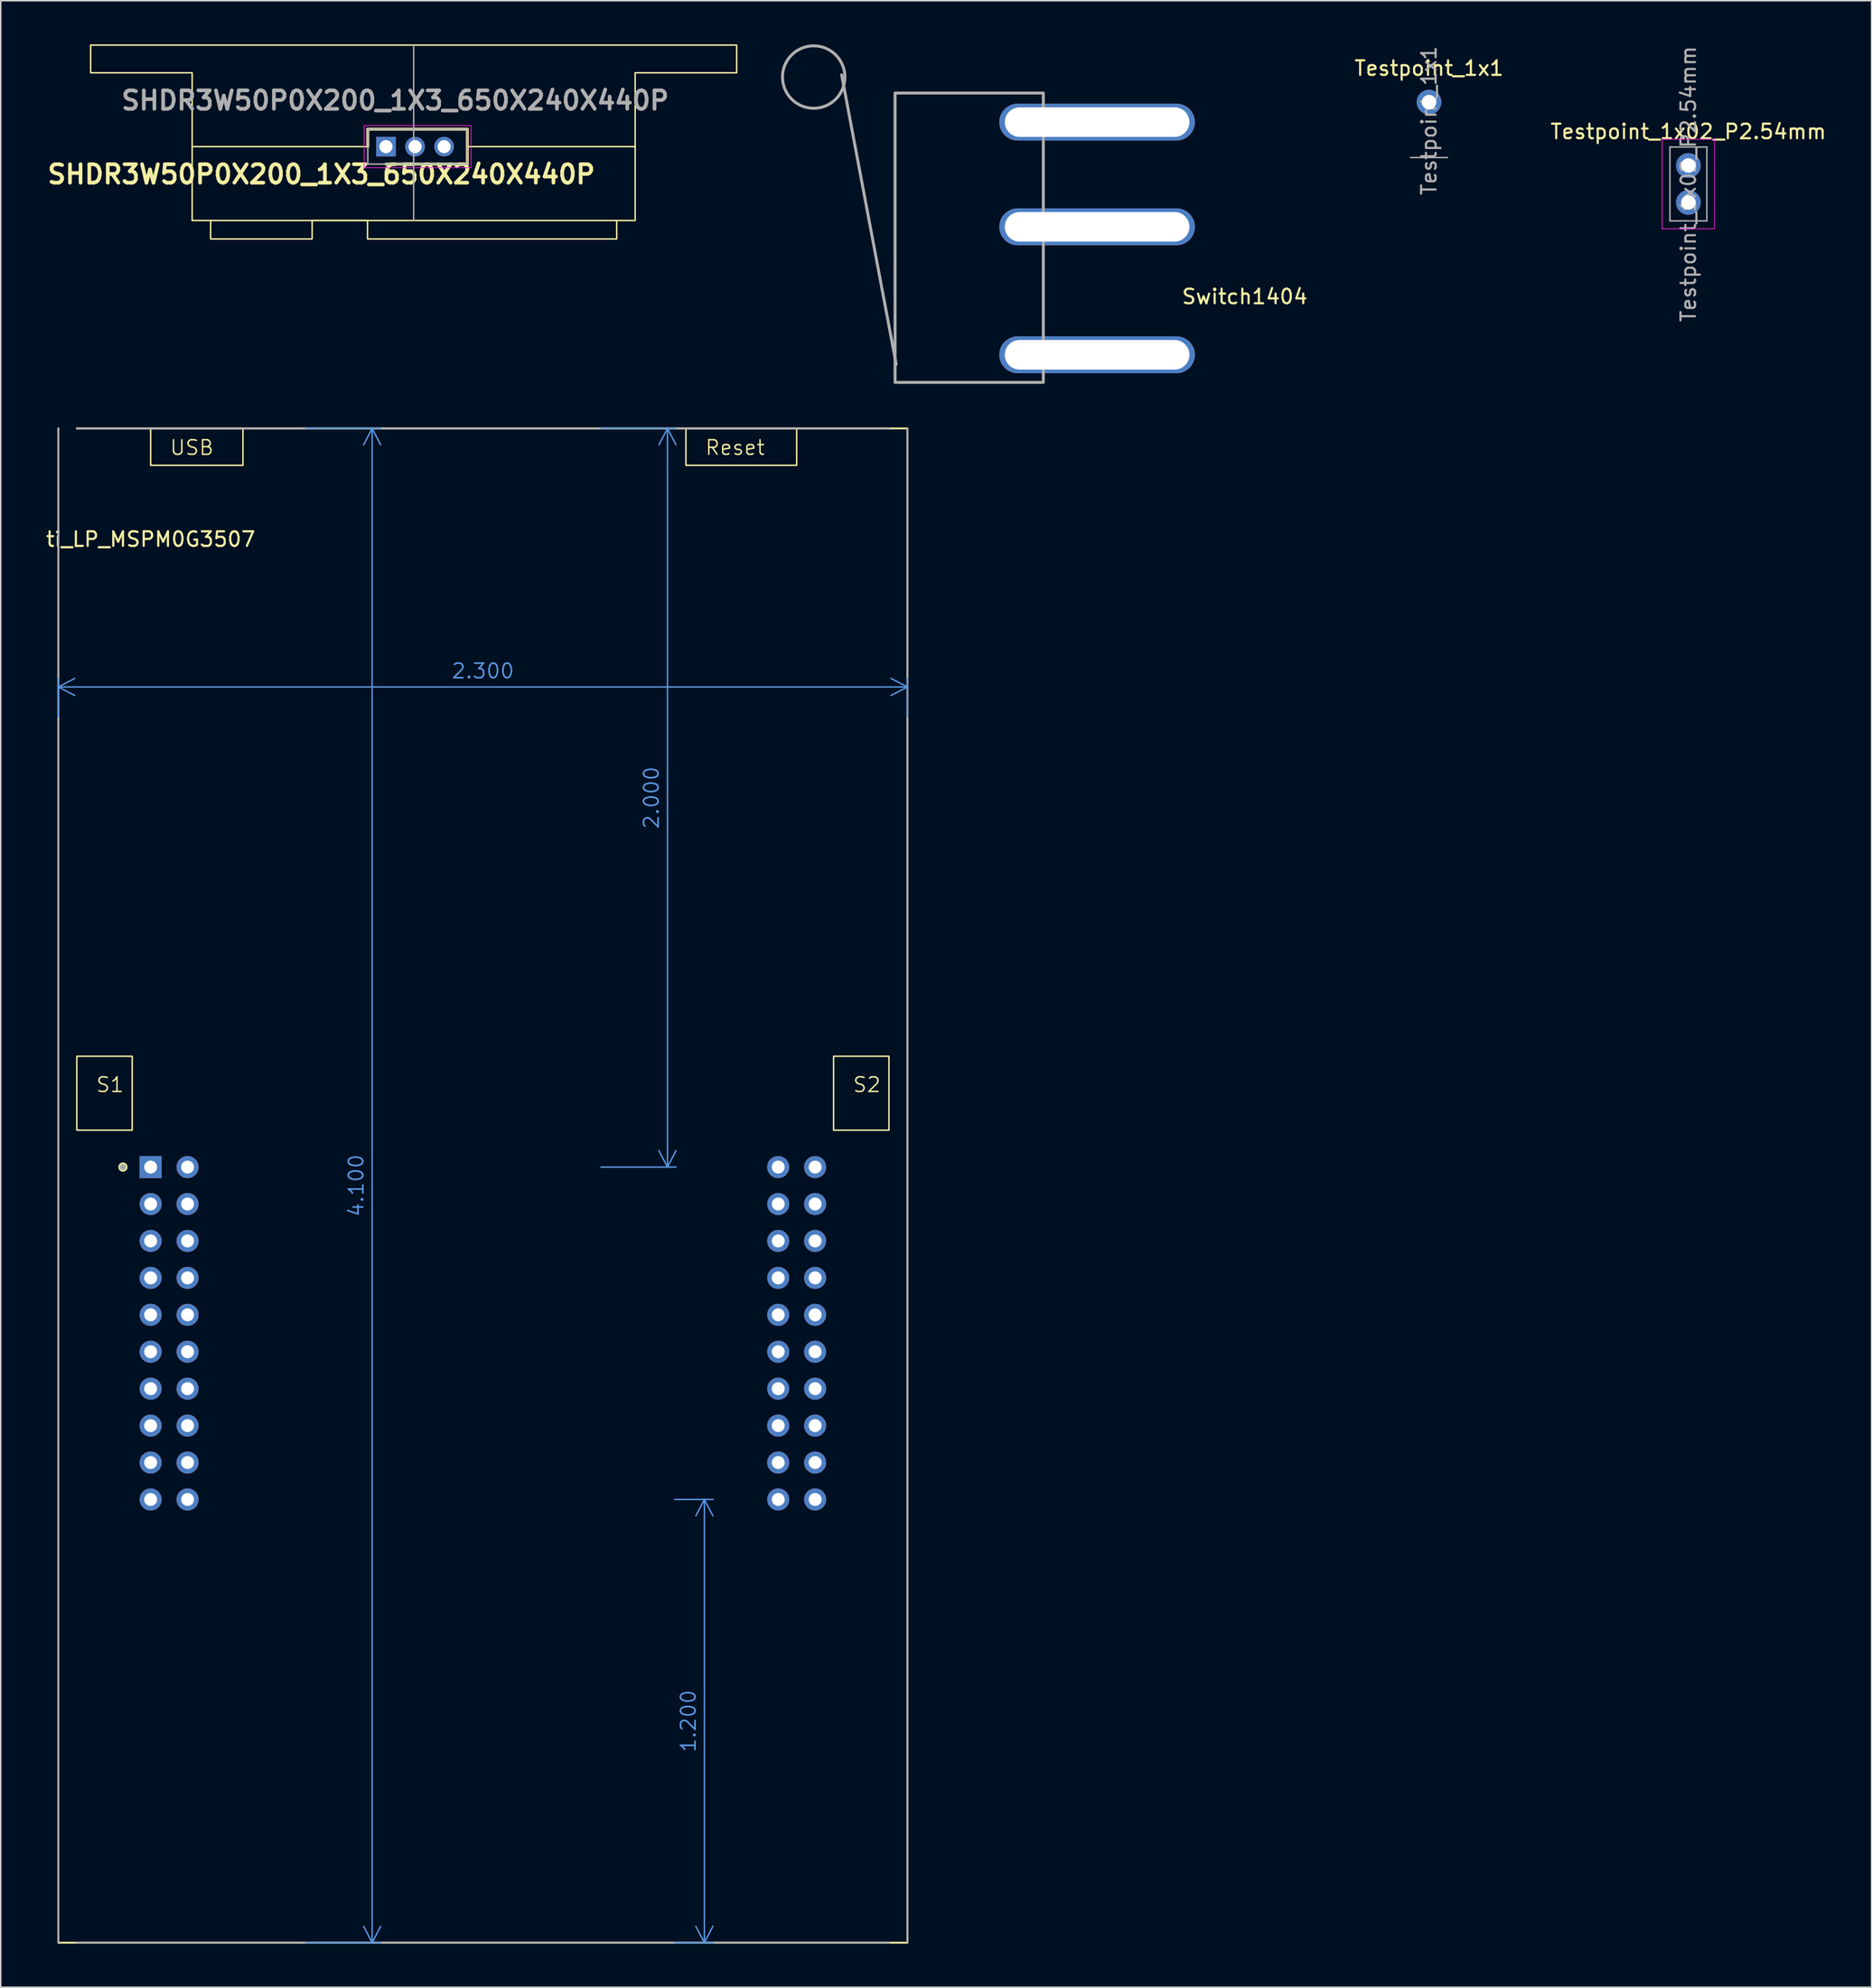
<source format=kicad_pcb>
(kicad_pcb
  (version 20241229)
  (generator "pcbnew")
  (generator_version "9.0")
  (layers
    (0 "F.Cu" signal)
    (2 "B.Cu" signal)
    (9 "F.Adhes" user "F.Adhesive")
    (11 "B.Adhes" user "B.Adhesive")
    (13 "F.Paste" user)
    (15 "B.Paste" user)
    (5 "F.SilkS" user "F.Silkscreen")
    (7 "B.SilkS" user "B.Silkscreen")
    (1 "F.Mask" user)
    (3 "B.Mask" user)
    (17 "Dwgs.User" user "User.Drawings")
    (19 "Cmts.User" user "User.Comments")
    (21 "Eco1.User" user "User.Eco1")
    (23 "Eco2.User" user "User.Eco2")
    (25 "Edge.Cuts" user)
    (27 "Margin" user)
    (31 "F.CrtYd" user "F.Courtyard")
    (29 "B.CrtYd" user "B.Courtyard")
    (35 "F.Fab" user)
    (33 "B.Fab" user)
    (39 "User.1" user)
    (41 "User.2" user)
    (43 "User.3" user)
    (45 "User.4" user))
  (footprint "Switch1404"
    (layer "F.Cu")
    (at 72.436 21.349)
    (property "Reference" "Switch1404" (at 10.16 -4 0) (layer "F.SilkS") (effects (font (size 1 1) (thickness 0.15))))
    (attr exclude_from_pos_files exclude_from_bom)
    (fp_line (start -13.824 0.65) (end -17.576 -19.25) (stroke (width 0.203) (type default)) (layer "F.Fab"))
    (fp_rect (start -13.9 -18) (end -3.7 1.9) (stroke (width 0.203) (type default)) (fill no) (layer "F.Fab"))
    (fp_circle (center -19.5 -19.1) (end -17.353 -19.1) (stroke (width 0.203) (type default)) (fill no) (layer "F.Fab"))
    (fp_text user "${REFERENCE}" (at 0 0 0) (layer "F.Fab") (effects (font (size 1 1) (thickness 0.15))))
    (pad "1" thru_hole oval (at 0 0) (size 13.462 2.54) (drill oval 12.7 2.032) (layers "*.Cu" "*.Mask"))
    (pad "2" thru_hole oval (at 0 -16) (size 13.462 2.54) (drill oval 12.7 2.032) (layers "*.Cu" "*.Mask"))
    (pad "3" thru_hole oval (at 0 -8.8) (size 13.462 2.54) (drill oval 12.7 2.032) (layers "*.Cu" "*.Mask")))
  (footprint "Testpoint_1x1"
    (layer "F.Cu")
    (at 95.274 3.974)
    (property "Reference" "Testpoint_1x1" (at 0 -2.33 0) (layer "F.SilkS") (effects (font (size 1 1) (thickness 0.15))))
    (attr through_hole)
    (fp_line (start 1.27 3.81) (end -1.27 3.81) (stroke (width 0.1) (type solid)) (layer "F.Fab"))
    (fp_text user "${REFERENCE}" (at 0 1.27 90) (layer "F.Fab") (effects (font (size 1 1) (thickness 0.15))))
    (pad "1" thru_hole circle (at 0 0) (size 1.7 1.7) (drill 1) (layers "*.Cu" "*.Mask")))
  (footprint "ti_LP_MSPM0G3507"
    (layer "F.Cu")
    (at 30.175 79.754)
    (property "Reference" "ti_LP_MSPM0G3507" (at -22.86 -45.72 0) (layer "F.SilkS") (effects (font (size 1 1) (thickness 0.15))))
    (attr through_hole)
    (fp_line (start -29.21 -53.34) (end -29.21 50.8) (stroke (width 0.127) (type solid)) (layer "F.SilkS"))
    (fp_line (start -29.21 50.8) (end 29.21 50.8) (stroke (width 0.127) (type solid)) (layer "F.SilkS"))
    (fp_line (start 29.21 -53.34) (end -27.94 -53.34) (stroke (width 0.127) (type solid)) (layer "F.SilkS"))
    (fp_line (start 29.21 50.8) (end 29.21 -53.34) (stroke (width 0.127) (type solid)) (layer "F.SilkS"))
    (fp_rect (start -27.94 -10.16) (end -24.13 -5.08) (stroke (width 0.1) (type default)) (fill no) (layer "F.SilkS"))
    (fp_rect (start -22.86 -53.34) (end -16.51 -50.8) (stroke (width 0.1) (type default)) (fill no) (layer "F.SilkS"))
    (fp_rect (start 13.97 -53.34) (end 21.59 -50.8) (stroke (width 0.1) (type default)) (fill no) (layer "F.SilkS"))
    (fp_rect (start 24.13 -10.16) (end 27.94 -5.08) (stroke (width 0.1) (type default)) (fill no) (layer "F.SilkS"))
    (fp_circle (center -24.765 -2.54) (end -24.562 -2.54) (stroke (width 0.229) (type solid)) (fill no) (layer "F.SilkS"))
    (fp_line (start -29.21 -53.34) (end -29.21 50.8) (stroke (width 0.127) (type solid)) (layer "F.Fab"))
    (fp_line (start -27.94 50.8) (end 27.94 50.8) (stroke (width 0.127) (type solid)) (layer "F.Fab"))
    (fp_line (start 27.94 -53.34) (end -27.94 -53.34) (stroke (width 0.127) (type solid)) (layer "F.Fab"))
    (fp_line (start 29.21 50.8) (end 29.21 -53.34) (stroke (width 0.127) (type solid)) (layer "F.Fab"))
    (fp_circle (center -24.765 -2.54) (end -24.638 -2.54) (stroke (width 0.203) (type solid)) (fill no) (layer "F.Fab"))
    (fp_text user "Reset" (at 15.24 -51.435 0) (unlocked yes) (layer "F.SilkS") (effects (font (size 1 1) (thickness 0.1)) (justify left bottom)))
    (fp_text user "S1" (at -26.67 -7.62 0) (unlocked yes) (layer "F.SilkS") (effects (font (size 1 1) (thickness 0.1)) (justify left bottom)))
    (fp_text user "S2" (at 25.4 -7.62 0) (unlocked yes) (layer "F.SilkS") (effects (font (size 1 1) (thickness 0.1)) (justify left bottom)))
    (fp_text user "USB" (at -21.59 -51.435 0) (unlocked yes) (layer "F.SilkS") (effects (font (size 1 1) (thickness 0.1)) (justify left bottom)))
    (dimension (type aligned) (layer "Cmts.User") (pts (xy 42.875 100.074) (xy 42.875 130.554)) (height -2.54) (format (prefix "") (suffix "") (units 0) (units_format 0) (precision 3)) (style (thickness 0.1) (arrow_length 1.27) (text_position_mode 0) (arrow_direction outward) (extension_height 0.586) (extension_offset 0.5) (keep_text_aligned yes)) (gr_text "1.200" (at 44.315 115.314 90) (layer "Cmts.User") (effects (font (size 1 1) (thickness 0.1)))))
    (dimension (type aligned) (layer "Cmts.User") (pts (xy 37.795 77.214) (xy 37.795 26.414)) (height 5.08) (format (prefix "") (suffix "") (units 0) (units_format 0) (precision 3)) (style (thickness 0.1) (arrow_length 1.27) (text_position_mode 0) (arrow_direction outward) (extension_height 0.586) (extension_offset 0.5) (keep_text_aligned yes)) (gr_text "2.000" (at 41.775 51.814 90) (layer "Cmts.User") (effects (font (size 1 1) (thickness 0.1)))))
    (dimension (type aligned) (layer "Cmts.User") (pts (xy 17.475 26.414) (xy 17.475 130.554)) (height -5.08) (format (prefix "") (suffix "") (units 0) (units_format 0) (precision 3)) (style (thickness 0.1) (arrow_length 1.27) (text_position_mode 0) (arrow_direction outward) (extension_height 0.586) (extension_offset 0.5) (keep_text_aligned yes)) (gr_text "4.100" (at 21.455 78.484 90) (layer "Cmts.User") (effects (font (size 1 1) (thickness 0.1)))))
    (dimension (type aligned) (layer "Cmts.User") (pts (xy 0.965 46.734) (xy 59.385 46.734)) (height -2.54) (format (prefix "") (suffix "") (units 0) (units_format 0) (precision 3)) (style (thickness 0.1) (arrow_length 1.27) (text_position_mode 0) (arrow_direction outward) (extension_height 0.586) (extension_offset 0.5) (keep_text_aligned yes)) (gr_text "2.300" (at 30.175 43.094 0) (layer "Cmts.User") (effects (font (size 1 1) (thickness 0.1)))))
    (pad "J1_1" thru_hole rect (at -22.86 -2.54) (size 1.52 1.52) (drill 0.89) (layers "*.Cu" "*.Mask"))
    (pad "J1_2" thru_hole circle (at -22.86 0) (size 1.52 1.52) (drill 0.89) (layers "*.Cu" "*.Mask"))
    (pad "J1_3" thru_hole circle (at -22.86 2.54) (size 1.52 1.52) (drill 0.89) (layers "*.Cu" "*.Mask"))
    (pad "J1_4" thru_hole circle (at -22.86 5.08) (size 1.52 1.52) (drill 0.89) (layers "*.Cu" "*.Mask"))
    (pad "J1_5" thru_hole circle (at -22.86 7.62) (size 1.52 1.52) (drill 0.89) (layers "*.Cu" "*.Mask"))
    (pad "J1_6" thru_hole circle (at -22.86 10.16) (size 1.52 1.52) (drill 0.89) (layers "*.Cu" "*.Mask"))
    (pad "J1_7" thru_hole circle (at -22.86 12.7) (size 1.52 1.52) (drill 0.89) (layers "*.Cu" "*.Mask"))
    (pad "J1_8" thru_hole circle (at -22.86 15.24) (size 1.52 1.52) (drill 0.89) (layers "*.Cu" "*.Mask"))
    (pad "J1_9" thru_hole circle (at -22.86 17.78) (size 1.52 1.52) (drill 0.89) (layers "*.Cu" "*.Mask"))
    (pad "J1_10" thru_hole circle (at -22.86 20.32) (size 1.52 1.52) (drill 0.89) (layers "*.Cu" "*.Mask"))
    (pad "J2_1" thru_hole circle (at 22.86 -2.54) (size 1.52 1.52) (drill 0.89) (layers "*.Cu" "*.Mask"))
    (pad "J2_2" thru_hole circle (at 22.86 0) (size 1.52 1.52) (drill 0.89) (layers "*.Cu" "*.Mask"))
    (pad "J2_3" thru_hole circle (at 22.86 2.54) (size 1.52 1.52) (drill 0.89) (layers "*.Cu" "*.Mask"))
    (pad "J2_4" thru_hole circle (at 22.86 5.08) (size 1.52 1.52) (drill 0.89) (layers "*.Cu" "*.Mask"))
    (pad "J2_5" thru_hole circle (at 22.86 7.62) (size 1.52 1.52) (drill 0.89) (layers "*.Cu" "*.Mask"))
    (pad "J2_6" thru_hole circle (at 22.86 10.16) (size 1.52 1.52) (drill 0.89) (layers "*.Cu" "*.Mask"))
    (pad "J2_7" thru_hole circle (at 22.86 12.7) (size 1.52 1.52) (drill 0.89) (layers "*.Cu" "*.Mask"))
    (pad "J2_8" thru_hole circle (at 22.86 15.24) (size 1.52 1.52) (drill 0.89) (layers "*.Cu" "*.Mask"))
    (pad "J2_9" thru_hole circle (at 22.86 17.78) (size 1.52 1.52) (drill 0.89) (layers "*.Cu" "*.Mask"))
    (pad "J2_10" thru_hole circle (at 22.86 20.32) (size 1.52 1.52) (drill 0.89) (layers "*.Cu" "*.Mask"))
    (pad "J3_1" thru_hole circle (at -20.32 -2.54) (size 1.52 1.52) (drill 0.89) (layers "*.Cu" "*.Mask"))
    (pad "J3_2" thru_hole circle (at -20.32 0) (size 1.52 1.52) (drill 0.89) (layers "*.Cu" "*.Mask"))
    (pad "J3_3" thru_hole circle (at -20.32 2.54) (size 1.52 1.52) (drill 0.89) (layers "*.Cu" "*.Mask"))
    (pad "J3_4" thru_hole circle (at -20.32 5.08) (size 1.52 1.52) (drill 0.89) (layers "*.Cu" "*.Mask"))
    (pad "J3_5" thru_hole circle (at -20.32 7.62) (size 1.52 1.52) (drill 0.89) (layers "*.Cu" "*.Mask"))
    (pad "J3_6" thru_hole circle (at -20.32 10.16) (size 1.52 1.52) (drill 0.89) (layers "*.Cu" "*.Mask"))
    (pad "J3_7" thru_hole circle (at -20.32 12.7) (size 1.52 1.52) (drill 0.89) (layers "*.Cu" "*.Mask"))
    (pad "J3_8" thru_hole circle (at -20.32 15.24) (size 1.52 1.52) (drill 0.89) (layers "*.Cu" "*.Mask"))
    (pad "J3_9" thru_hole circle (at -20.32 17.78) (size 1.52 1.52) (drill 0.89) (layers "*.Cu" "*.Mask"))
    (pad "J3_10" thru_hole circle (at -20.32 20.32) (size 1.52 1.52) (drill 0.89) (layers "*.Cu" "*.Mask"))
    (pad "J4_1" thru_hole circle (at 20.32 -2.54) (size 1.52 1.52) (drill 0.89) (layers "*.Cu" "*.Mask"))
    (pad "J4_2" thru_hole circle (at 20.32 0) (size 1.52 1.52) (drill 0.89) (layers "*.Cu" "*.Mask"))
    (pad "J4_3" thru_hole circle (at 20.32 2.54) (size 1.52 1.52) (drill 0.89) (layers "*.Cu" "*.Mask"))
    (pad "J4_4" thru_hole circle (at 20.32 5.08) (size 1.52 1.52) (drill 0.89) (layers "*.Cu" "*.Mask"))
    (pad "J4_5" thru_hole circle (at 20.32 7.62) (size 1.52 1.52) (drill 0.89) (layers "*.Cu" "*.Mask"))
    (pad "J4_6" thru_hole circle (at 20.32 10.16) (size 1.52 1.52) (drill 0.89) (layers "*.Cu" "*.Mask"))
    (pad "J4_7" thru_hole circle (at 20.32 12.7) (size 1.52 1.52) (drill 0.89) (layers "*.Cu" "*.Mask"))
    (pad "J4_8" thru_hole circle (at 20.32 15.24) (size 1.52 1.52) (drill 0.89) (layers "*.Cu" "*.Mask"))
    (pad "J4_9" thru_hole circle (at 20.32 17.78) (size 1.52 1.52) (drill 0.89) (layers "*.Cu" "*.Mask"))
    (pad "J4_10" thru_hole circle (at 20.32 20.32) (size 1.52 1.52) (drill 0.89) (layers "*.Cu" "*.Mask")))
  (footprint "Testpoint_1x02_P2.54mm"
    (layer "F.Cu")
    (at 113.12 8.331)
    (property "Reference" "Testpoint_1x02_P2.54mm" (at 0 -2.33 0) (layer "F.SilkS") (effects (font (size 1 1) (thickness 0.15))))
    (attr through_hole)
    (fp_line (start -1.8 -1.8) (end -1.8 4.35) (stroke (width 0.05) (type solid)) (layer "F.CrtYd"))
    (fp_line (start -1.8 4.35) (end 1.8 4.35) (stroke (width 0.05) (type solid)) (layer "F.CrtYd"))
    (fp_line (start 1.8 -1.8) (end -1.8 -1.8) (stroke (width 0.05) (type solid)) (layer "F.CrtYd"))
    (fp_line (start 1.8 4.35) (end 1.8 -1.8) (stroke (width 0.05) (type solid)) (layer "F.CrtYd"))
    (fp_line (start -1.27 -1.27) (end 1.27 -1.27) (stroke (width 0.1) (type solid)) (layer "F.Fab"))
    (fp_line (start -1.27 3.81) (end -1.27 -1.27) (stroke (width 0.1) (type solid)) (layer "F.Fab"))
    (fp_line (start 1.27 -1.27) (end 1.27 3.81) (stroke (width 0.1) (type solid)) (layer "F.Fab"))
    (fp_line (start 1.27 3.81) (end -1.27 3.81) (stroke (width 0.1) (type solid)) (layer "F.Fab"))
    (fp_text user "${REFERENCE}" (at 0 1.27 90) (layer "F.Fab") (effects (font (size 1 1) (thickness 0.15))))
    (pad "1" thru_hole circle (at 0 0) (size 1.7 1.7) (drill 1) (layers "*.Cu" "*.Mask"))
    (pad "2" thru_hole oval (at 0 2.54) (size 1.7 1.7) (drill 1) (layers "*.Cu" "*.Mask")))
  (footprint "SHDR3W50P0X200_1X3_650X240X440P"
    (layer "F.Cu")
    (at 23.507 7.035)
    (property "Reference" "SHDR3W50P0X200_1X3_650X240X440P" (at -4.445 1.905 0) (layer "F.SilkS") (effects (font (size 1.27 1.27) (thickness 0.254))))
    (attr through_hole)
    (fp_line (start -13.335 0) (end -1.25 0) (stroke (width 0.1) (type default)) (layer "F.SilkS"))
    (fp_line (start -12.065 5.08) (end 15.875 5.08) (stroke (width 0.1) (type default)) (layer "F.SilkS"))
    (fp_line (start -1.25 -1.2) (end -1.25 0) (stroke (width 0.2) (type solid)) (layer "F.SilkS"))
    (fp_line (start 0 1.2) (end 5.6 1.2) (stroke (width 0.2) (type solid)) (layer "F.SilkS"))
    (fp_line (start 5.6 -1.2) (end -1.25 -1.2) (stroke (width 0.2) (type solid)) (layer "F.SilkS"))
    (fp_line (start 5.6 0) (end 17.145 0) (stroke (width 0.1) (type default)) (layer "F.SilkS"))
    (fp_line (start 5.6 1.2) (end 5.6 -1.2) (stroke (width 0.2) (type solid)) (layer "F.SilkS"))
    (fp_poly (pts (xy -20.32 -6.985) (xy 24.13 -6.985) (xy 24.13 -5.08) (xy 17.145 -5.08) (xy 17.145 5.08) (xy 15.875 5.08) (xy 15.875 6.35) (xy -1.27 6.35) (xy -1.27 5.08) (xy -5.08 5.08) (xy -5.08 6.35) (xy -12.065 6.35) (xy -12.065 5.08) (xy -13.335 5.08) (xy -13.335 -5.08) (xy -20.32 -5.08)) (stroke (width 0.1) (type solid)) (fill no) (layer "F.SilkS"))
    (fp_line (start -1.5 -1.45) (end 5.85 -1.45) (stroke (width 0.05) (type solid)) (layer "F.CrtYd"))
    (fp_line (start -1.5 1.45) (end -1.5 -1.45) (stroke (width 0.05) (type solid)) (layer "F.CrtYd"))
    (fp_line (start 5.85 -1.45) (end 5.85 1.45) (stroke (width 0.05) (type solid)) (layer "F.CrtYd"))
    (fp_line (start 5.85 1.45) (end -1.5 1.45) (stroke (width 0.05) (type solid)) (layer "F.CrtYd"))
    (fp_line (start -1.25 -1.2) (end 5.6 -1.2) (stroke (width 0.1) (type solid)) (layer "F.Fab"))
    (fp_line (start -1.25 1.2) (end -1.25 -1.2) (stroke (width 0.1) (type solid)) (layer "F.Fab"))
    (fp_line (start 1.905 -6.985) (end 1.905 5.08) (stroke (width 0.1) (type default)) (layer "F.Fab"))
    (fp_line (start 5.6 -1.2) (end 5.6 1.2) (stroke (width 0.1) (type solid)) (layer "F.Fab"))
    (fp_line (start 5.6 1.2) (end -1.25 1.2) (stroke (width 0.1) (type solid)) (layer "F.Fab"))
    (fp_text user "${REFERENCE}" (at 0.635 -3.175 0) (layer "F.Fab") (effects (font (size 1.27 1.27) (thickness 0.254))))
    (pad "1" thru_hole rect (at 0 0) (size 1.35 1.35) (drill 0.9) (layers "*.Cu" "*.Mask"))
    (pad "2" thru_hole circle (at 2 0) (size 1.35 1.35) (drill 0.9) (layers "*.Cu" "*.Mask"))
    (pad "3" thru_hole circle (at 4 0) (size 1.35 1.35) (drill 0.9) (layers "*.Cu" "*.Mask")))
  (gr_rect
    (start -3 -3)
    (end 125.721 133.617)
    (stroke (width 0.1) (type default))
    (fill no)
    (layer "Edge.Cuts")))
</source>
